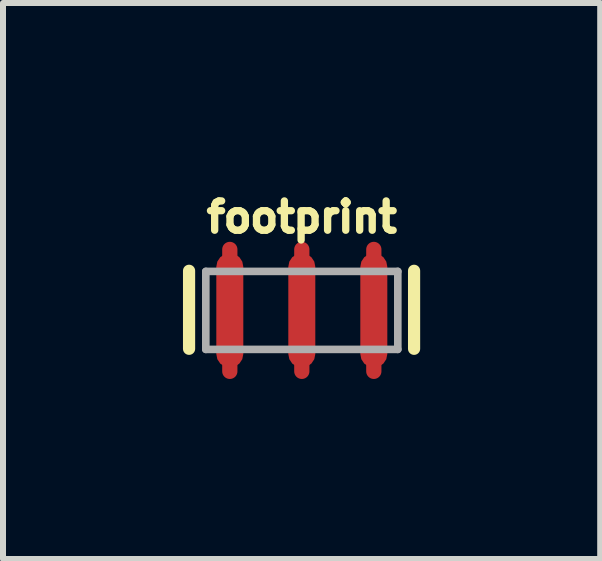
<source format=kicad_pcb>
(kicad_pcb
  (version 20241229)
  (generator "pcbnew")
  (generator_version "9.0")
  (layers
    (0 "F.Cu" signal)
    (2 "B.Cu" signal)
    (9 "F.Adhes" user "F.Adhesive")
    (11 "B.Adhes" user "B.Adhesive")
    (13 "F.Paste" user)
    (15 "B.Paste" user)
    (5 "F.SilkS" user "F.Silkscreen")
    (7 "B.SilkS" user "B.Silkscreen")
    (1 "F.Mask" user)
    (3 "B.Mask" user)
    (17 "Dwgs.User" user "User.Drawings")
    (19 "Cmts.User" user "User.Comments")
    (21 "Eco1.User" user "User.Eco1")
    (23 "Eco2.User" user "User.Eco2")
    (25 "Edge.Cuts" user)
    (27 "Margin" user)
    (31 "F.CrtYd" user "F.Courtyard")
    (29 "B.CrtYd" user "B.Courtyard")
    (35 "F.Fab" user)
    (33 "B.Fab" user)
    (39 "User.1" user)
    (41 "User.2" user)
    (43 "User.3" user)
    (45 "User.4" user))
  (footprint "footprint"
    (layer "F.Cu")
    (at 1.98 2.123)
    (property "Reference" "footprint" (at 0 -1.27 0) (layer "F.SilkS") (effects (font (size 0.488 0.488) (thickness 0.122)) (justify bottom)))
    (fp_line (start -1.2 0) (end -1.2 -1.016) (stroke (width 0.254) (type solid)) (layer "F.Cu"))
    (fp_line (start -1.2 1.016) (end -1.2 0) (stroke (width 0.254) (type solid)) (layer "F.Cu"))
    (fp_line (start 0 0) (end 0 -1.016) (stroke (width 0.254) (type solid)) (layer "F.Cu"))
    (fp_line (start 0 0) (end 0 1.016) (stroke (width 0.254) (type solid)) (layer "F.Cu"))
    (fp_line (start 1.2 0) (end 1.2 -1.016) (stroke (width 0.254) (type solid)) (layer "F.Cu"))
    (fp_line (start 1.2 0) (end 1.2 1.016) (stroke (width 0.254) (type solid)) (layer "F.Cu"))
    (fp_poly (pts (xy -1.75 0.77) (xy 1.745 0.77) (xy 1.745 -0.765) (xy -1.75 -0.765)) (stroke (width 0) (type solid)) (fill yes) (layer "F.Mask"))
    (fp_line (start -1.879 0.64) (end -1.879 -0.66) (stroke (width 0.203) (type solid)) (layer "F.SilkS"))
    (fp_line (start 1.871 -0.66) (end 1.871 0.64) (stroke (width 0.203) (type solid)) (layer "F.SilkS"))
    (fp_line (start -1.6 -0.65) (end 1.6 -0.65) (stroke (width 0.127) (type solid)) (layer "F.Fab"))
    (fp_line (start -1.6 0.65) (end -1.6 -0.65) (stroke (width 0.127) (type solid)) (layer "F.Fab"))
    (fp_line (start 1.6 -0.65) (end 1.6 0.65) (stroke (width 0.127) (type solid)) (layer "F.Fab"))
    (fp_line (start 1.6 0.65) (end -1.6 0.65) (stroke (width 0.127) (type solid)) (layer "F.Fab"))
    (pad "1" smd roundrect (at -1.2 0) (size 0.45 1.905) (layers "F.Cu" "F.Mask" "F.Paste") (roundrect_rratio 0.5))
    (pad "2" smd roundrect (at 0 0) (size 0.45 1.905) (layers "F.Cu" "F.Mask" "F.Paste") (roundrect_rratio 0.5))
    (pad "3" smd roundrect (at 1.2 0) (size 0.45 1.905) (layers "F.Cu" "F.Mask" "F.Paste") (roundrect_rratio 0.5))
    (zone (net_name "") (layer "F.Cu") (hatch edge 0.508) (connect_pads) (min_thickness 0.254) (filled_areas_thickness no) (keepout (tracks not_allowed) (vias not_allowed) (pads not_allowed) (copperpour not_allowed) (footprints allowed)) (placement (enabled no)) (fill) (polygon (pts (xy 0.279 2.835) (xy 0.406 2.835) (xy 0.406 1.412) (xy 0.279 1.412))))
    (zone (net_name "") (layer "F.Cu") (hatch edge 0.508) (connect_pads) (min_thickness 0.254) (filled_areas_thickness no) (keepout (tracks not_allowed) (vias not_allowed) (pads not_allowed) (copperpour not_allowed) (footprints allowed)) (placement (enabled no)) (fill) (polygon (pts (xy 1.32 2.835) (xy 1.447 2.835) (xy 1.447 1.412) (xy 1.32 1.412))))
    (zone (net_name "") (layer "F.Cu") (hatch edge 0.508) (connect_pads) (min_thickness 0.254) (filled_areas_thickness no) (keepout (tracks not_allowed) (vias not_allowed) (pads not_allowed) (copperpour not_allowed) (footprints allowed)) (placement (enabled no)) (fill) (polygon (pts (xy 2.488 2.835) (xy 2.615 2.835) (xy 2.615 1.412) (xy 2.488 1.412))))
    (zone (net_name "") (layer "F.Cu") (hatch edge 0.508) (connect_pads) (min_thickness 0.254) (filled_areas_thickness no) (keepout (tracks not_allowed) (vias not_allowed) (pads not_allowed) (copperpour not_allowed) (footprints allowed)) (placement (enabled no)) (fill) (polygon (pts (xy 3.555 2.835) (xy 3.682 2.835) (xy 3.682 1.412) (xy 3.555 1.412)))))
  (gr_rect
    (start -3 -3)
    (end 6.953 6.266)
    (stroke (width 0.1) (type default))
    (fill no)
    (layer "Edge.Cuts")))
</source>
